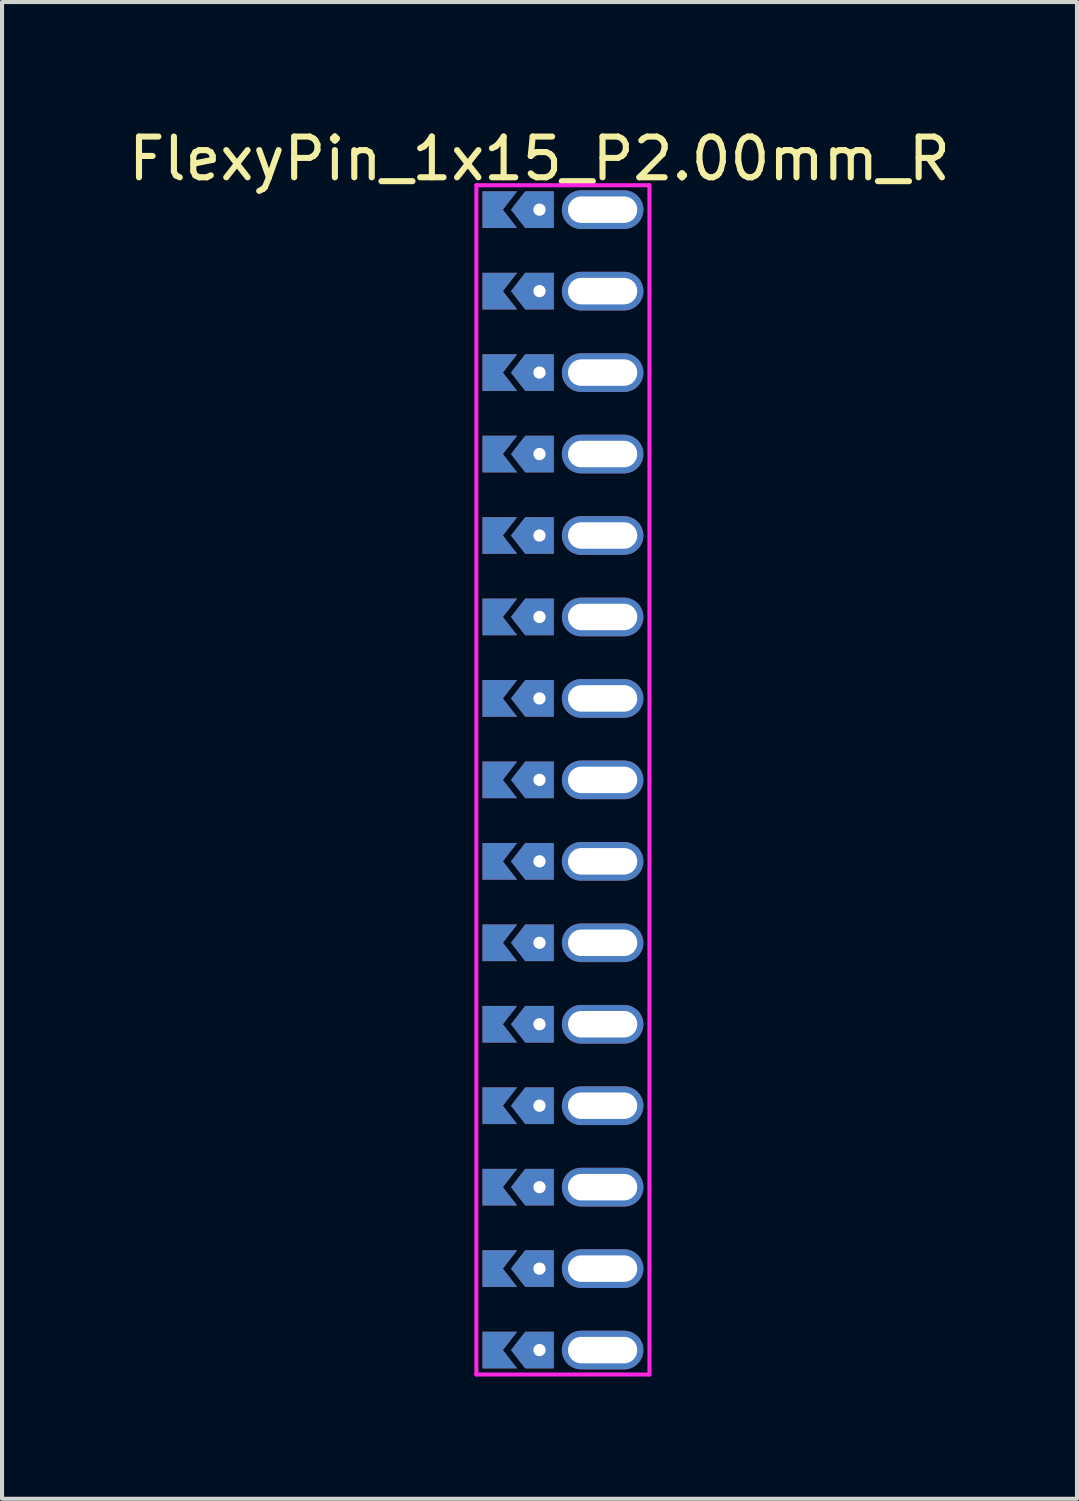
<source format=kicad_pcb>
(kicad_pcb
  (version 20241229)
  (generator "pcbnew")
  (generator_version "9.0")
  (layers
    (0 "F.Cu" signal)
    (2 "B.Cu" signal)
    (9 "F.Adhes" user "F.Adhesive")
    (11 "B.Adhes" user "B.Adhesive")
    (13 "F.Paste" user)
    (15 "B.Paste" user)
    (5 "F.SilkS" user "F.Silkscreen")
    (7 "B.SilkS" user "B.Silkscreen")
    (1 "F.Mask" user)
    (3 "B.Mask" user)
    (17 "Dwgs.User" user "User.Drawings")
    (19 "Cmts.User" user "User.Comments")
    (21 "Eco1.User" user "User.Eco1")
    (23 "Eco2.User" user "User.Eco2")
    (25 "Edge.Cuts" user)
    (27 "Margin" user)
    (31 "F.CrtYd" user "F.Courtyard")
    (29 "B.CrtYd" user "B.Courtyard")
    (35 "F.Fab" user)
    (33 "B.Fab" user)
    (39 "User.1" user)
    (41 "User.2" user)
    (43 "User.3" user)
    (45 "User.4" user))
  (footprint "FlexyPin_1x15_P2.00mm_R"
    (layer "F.Cu")
    (at 10.196 2.098)
    (property "Reference" "FlexyPin_1x15_P2.00mm_R" (at 0 -1.25 0) (layer "F.SilkS") (effects (font (size 1 1) (thickness 0.15))))
    (attr through_hole)
    (fp_line (start -1.55 -0.6) (end 2.7 -0.6) (stroke (width 0.1) (type solid)) (layer "F.CrtYd"))
    (fp_line (start -1.55 28.6) (end -1.55 -0.6) (stroke (width 0.1) (type solid)) (layer "F.CrtYd"))
    (fp_line (start 2.7 -0.6) (end 2.7 28.6) (stroke (width 0.1) (type solid)) (layer "F.CrtYd"))
    (fp_line (start 2.7 28.6) (end -1.55 28.6) (stroke (width 0.1) (type solid)) (layer "F.CrtYd"))
    (pad "" thru_hole custom (at 0 0) (size 0.3 0.3) (drill 0.6) (layers "*.Cu" "*.Mask") (options (anchor rect)) (primitives (gr_poly (pts (xy 0.35 0.45) (xy 0.35 -0.45) (xy -0.35 -0.45) (xy -0.7 0) (xy -0.35 0.45)) (width 0) (fill yes))))
    (pad "" thru_hole custom (at 0 2) (size 0.3 0.3) (drill 0.6) (layers "*.Cu" "*.Mask") (options (anchor rect)) (primitives (gr_poly (pts (xy 0.35 0.45) (xy 0.35 -0.45) (xy -0.35 -0.45) (xy -0.7 0) (xy -0.35 0.45)) (width 0) (fill yes))))
    (pad "" thru_hole custom (at 0 4) (size 0.3 0.3) (drill 0.6) (layers "*.Cu" "*.Mask") (options (anchor rect)) (primitives (gr_poly (pts (xy 0.35 0.45) (xy 0.35 -0.45) (xy -0.35 -0.45) (xy -0.7 0) (xy -0.35 0.45)) (width 0) (fill yes))))
    (pad "" thru_hole custom (at 0 6) (size 0.3 0.3) (drill 0.6) (layers "*.Cu" "*.Mask") (options (anchor rect)) (primitives (gr_poly (pts (xy 0.35 0.45) (xy 0.35 -0.45) (xy -0.35 -0.45) (xy -0.7 0) (xy -0.35 0.45)) (width 0) (fill yes))))
    (pad "" thru_hole custom (at 0 8) (size 0.3 0.3) (drill 0.6) (layers "*.Cu" "*.Mask") (options (anchor rect)) (primitives (gr_poly (pts (xy 0.35 0.45) (xy 0.35 -0.45) (xy -0.35 -0.45) (xy -0.7 0) (xy -0.35 0.45)) (width 0) (fill yes))))
    (pad "" thru_hole custom (at 0 10) (size 0.3 0.3) (drill 0.6) (layers "*.Cu" "*.Mask") (options (anchor rect)) (primitives (gr_poly (pts (xy 0.35 0.45) (xy 0.35 -0.45) (xy -0.35 -0.45) (xy -0.7 0) (xy -0.35 0.45)) (width 0) (fill yes))))
    (pad "" thru_hole custom (at 0 12) (size 0.3 0.3) (drill 0.6) (layers "*.Cu" "*.Mask") (options (anchor rect)) (primitives (gr_poly (pts (xy 0.35 0.45) (xy 0.35 -0.45) (xy -0.35 -0.45) (xy -0.7 0) (xy -0.35 0.45)) (width 0) (fill yes))))
    (pad "" thru_hole custom (at 0 14) (size 0.3 0.3) (drill 0.6) (layers "*.Cu" "*.Mask") (options (anchor rect)) (primitives (gr_poly (pts (xy 0.35 0.45) (xy 0.35 -0.45) (xy -0.35 -0.45) (xy -0.7 0) (xy -0.35 0.45)) (width 0) (fill yes))))
    (pad "" thru_hole custom (at 0 16) (size 0.3 0.3) (drill 0.6) (layers "*.Cu" "*.Mask") (options (anchor rect)) (primitives (gr_poly (pts (xy 0.35 0.45) (xy 0.35 -0.45) (xy -0.35 -0.45) (xy -0.7 0) (xy -0.35 0.45)) (width 0) (fill yes))))
    (pad "" thru_hole custom (at 0 18) (size 0.3 0.3) (drill 0.6) (layers "*.Cu" "*.Mask") (options (anchor rect)) (primitives (gr_poly (pts (xy 0.35 0.45) (xy 0.35 -0.45) (xy -0.35 -0.45) (xy -0.7 0) (xy -0.35 0.45)) (width 0) (fill yes))))
    (pad "" thru_hole custom (at 0 20) (size 0.3 0.3) (drill 0.6) (layers "*.Cu" "*.Mask") (options (anchor rect)) (primitives (gr_poly (pts (xy 0.35 0.45) (xy 0.35 -0.45) (xy -0.35 -0.45) (xy -0.7 0) (xy -0.35 0.45)) (width 0) (fill yes))))
    (pad "" thru_hole custom (at 0 22) (size 0.3 0.3) (drill 0.6) (layers "*.Cu" "*.Mask") (options (anchor rect)) (primitives (gr_poly (pts (xy 0.35 0.45) (xy 0.35 -0.45) (xy -0.35 -0.45) (xy -0.7 0) (xy -0.35 0.45)) (width 0) (fill yes))))
    (pad "" thru_hole custom (at 0 24) (size 0.3 0.3) (drill 0.6) (layers "*.Cu" "*.Mask") (options (anchor rect)) (primitives (gr_poly (pts (xy 0.35 0.45) (xy 0.35 -0.45) (xy -0.35 -0.45) (xy -0.7 0) (xy -0.35 0.45)) (width 0) (fill yes))))
    (pad "" thru_hole custom (at 0 26) (size 0.3 0.3) (drill 0.6) (layers "*.Cu" "*.Mask") (options (anchor rect)) (primitives (gr_poly (pts (xy 0.35 0.45) (xy 0.35 -0.45) (xy -0.35 -0.45) (xy -0.7 0) (xy -0.35 0.45)) (width 0) (fill yes))))
    (pad "" thru_hole custom (at 0 28) (size 0.3 0.3) (drill 0.6) (layers "*.Cu" "*.Mask") (options (anchor rect)) (primitives (gr_poly (pts (xy 0.35 0.45) (xy 0.35 -0.45) (xy -0.35 -0.45) (xy -0.7 0) (xy -0.35 0.45)) (width 0) (fill yes))))
    (pad "" thru_hole oval (at 1.55 0) (size 2 0.95) (drill oval 1.7 0.65) (layers "*.Cu" "*.Mask"))
    (pad "" thru_hole oval (at 1.55 2) (size 2 0.95) (drill oval 1.7 0.65) (layers "*.Cu" "*.Mask"))
    (pad "" thru_hole oval (at 1.55 4) (size 2 0.95) (drill oval 1.7 0.65) (layers "*.Cu" "*.Mask"))
    (pad "" thru_hole oval (at 1.55 6) (size 2 0.95) (drill oval 1.7 0.65) (layers "*.Cu" "*.Mask"))
    (pad "" thru_hole oval (at 1.55 8) (size 2 0.95) (drill oval 1.7 0.65) (layers "*.Cu" "*.Mask"))
    (pad "" thru_hole oval (at 1.55 10) (size 2 0.95) (drill oval 1.7 0.65) (layers "*.Cu" "*.Mask"))
    (pad "" thru_hole oval (at 1.55 12) (size 2 0.95) (drill oval 1.7 0.65) (layers "*.Cu" "*.Mask"))
    (pad "" thru_hole oval (at 1.55 14) (size 2 0.95) (drill oval 1.7 0.65) (layers "*.Cu" "*.Mask"))
    (pad "" thru_hole oval (at 1.55 16) (size 2 0.95) (drill oval 1.7 0.65) (layers "*.Cu" "*.Mask"))
    (pad "" thru_hole oval (at 1.55 18) (size 2 0.95) (drill oval 1.7 0.65) (layers "*.Cu" "*.Mask"))
    (pad "" thru_hole oval (at 1.55 20) (size 2 0.95) (drill oval 1.7 0.65) (layers "*.Cu" "*.Mask"))
    (pad "" thru_hole oval (at 1.55 22) (size 2 0.95) (drill oval 1.7 0.65) (layers "*.Cu" "*.Mask"))
    (pad "" thru_hole oval (at 1.55 24) (size 2 0.95) (drill oval 1.7 0.65) (layers "*.Cu" "*.Mask"))
    (pad "" thru_hole oval (at 1.55 26) (size 2 0.95) (drill oval 1.7 0.65) (layers "*.Cu" "*.Mask"))
    (pad "" thru_hole oval (at 1.55 28) (size 2 0.95) (drill oval 1.7 0.65) (layers "*.Cu" "*.Mask"))
    (pad "1" smd custom (at -0.9 0) (size 0.01 0.01) (layers "F.Cu" "F.Mask") (options (anchor rect)) (primitives (gr_poly (pts (xy 0 0) (xy 0.35 0.45) (xy -0.5 0.45) (xy -0.5 -0.45) (xy 0.35 -0.45)) (width 0) (fill yes))))
    (pad "1" smd custom (at -0.9 2) (size 0.01 0.01) (layers "F.Cu" "F.Mask") (options (anchor rect)) (primitives (gr_poly (pts (xy 0 0) (xy 0.35 0.45) (xy -0.5 0.45) (xy -0.5 -0.45) (xy 0.35 -0.45)) (width 0) (fill yes))))
    (pad "1" smd custom (at -0.9 4) (size 0.01 0.01) (layers "F.Cu" "F.Mask") (options (anchor rect)) (primitives (gr_poly (pts (xy 0 0) (xy 0.35 0.45) (xy -0.5 0.45) (xy -0.5 -0.45) (xy 0.35 -0.45)) (width 0) (fill yes))))
    (pad "1" smd custom (at -0.9 6) (size 0.01 0.01) (layers "F.Cu" "F.Mask") (options (anchor rect)) (primitives (gr_poly (pts (xy 0 0) (xy 0.35 0.45) (xy -0.5 0.45) (xy -0.5 -0.45) (xy 0.35 -0.45)) (width 0) (fill yes))))
    (pad "1" smd custom (at -0.9 8) (size 0.01 0.01) (layers "F.Cu" "F.Mask") (options (anchor rect)) (primitives (gr_poly (pts (xy 0 0) (xy 0.35 0.45) (xy -0.5 0.45) (xy -0.5 -0.45) (xy 0.35 -0.45)) (width 0) (fill yes))))
    (pad "1" smd custom (at -0.9 10) (size 0.01 0.01) (layers "F.Cu" "F.Mask") (options (anchor rect)) (primitives (gr_poly (pts (xy 0 0) (xy 0.35 0.45) (xy -0.5 0.45) (xy -0.5 -0.45) (xy 0.35 -0.45)) (width 0) (fill yes))))
    (pad "1" smd custom (at -0.9 12) (size 0.01 0.01) (layers "F.Cu" "F.Mask") (options (anchor rect)) (primitives (gr_poly (pts (xy 0 0) (xy 0.35 0.45) (xy -0.5 0.45) (xy -0.5 -0.45) (xy 0.35 -0.45)) (width 0) (fill yes))))
    (pad "1" smd custom (at -0.9 14) (size 0.01 0.01) (layers "F.Cu" "F.Mask") (options (anchor rect)) (primitives (gr_poly (pts (xy 0 0) (xy 0.35 0.45) (xy -0.5 0.45) (xy -0.5 -0.45) (xy 0.35 -0.45)) (width 0) (fill yes))))
    (pad "1" smd custom (at -0.9 16) (size 0.01 0.01) (layers "F.Cu" "F.Mask") (options (anchor rect)) (primitives (gr_poly (pts (xy 0 0) (xy 0.35 0.45) (xy -0.5 0.45) (xy -0.5 -0.45) (xy 0.35 -0.45)) (width 0) (fill yes))))
    (pad "1" smd custom (at -0.9 18) (size 0.01 0.01) (layers "F.Cu" "F.Mask") (options (anchor rect)) (primitives (gr_poly (pts (xy 0 0) (xy 0.35 0.45) (xy -0.5 0.45) (xy -0.5 -0.45) (xy 0.35 -0.45)) (width 0) (fill yes))))
    (pad "1" smd custom (at -0.9 20) (size 0.01 0.01) (layers "F.Cu" "F.Mask") (options (anchor rect)) (primitives (gr_poly (pts (xy 0 0) (xy 0.35 0.45) (xy -0.5 0.45) (xy -0.5 -0.45) (xy 0.35 -0.45)) (width 0) (fill yes))))
    (pad "1" smd custom (at -0.9 22) (size 0.01 0.01) (layers "F.Cu" "F.Mask") (options (anchor rect)) (primitives (gr_poly (pts (xy 0 0) (xy 0.35 0.45) (xy -0.5 0.45) (xy -0.5 -0.45) (xy 0.35 -0.45)) (width 0) (fill yes))))
    (pad "1" smd custom (at -0.9 24) (size 0.01 0.01) (layers "F.Cu" "F.Mask") (options (anchor rect)) (primitives (gr_poly (pts (xy 0 0) (xy 0.35 0.45) (xy -0.5 0.45) (xy -0.5 -0.45) (xy 0.35 -0.45)) (width 0) (fill yes))))
    (pad "1" smd custom (at -0.9 26) (size 0.01 0.01) (layers "F.Cu" "F.Mask") (options (anchor rect)) (primitives (gr_poly (pts (xy 0 0) (xy 0.35 0.45) (xy -0.5 0.45) (xy -0.5 -0.45) (xy 0.35 -0.45)) (width 0) (fill yes))))
    (pad "1" smd custom (at -0.9 28) (size 0.01 0.01) (layers "F.Cu" "F.Mask") (options (anchor rect)) (primitives (gr_poly (pts (xy 0 0) (xy 0.35 0.45) (xy -0.5 0.45) (xy -0.5 -0.45) (xy 0.35 -0.45)) (width 0) (fill yes))))
    (pad "2" smd custom (at -0.9 0) (size 0.01 0.01) (layers "B.Cu" "B.Mask") (options (anchor rect)) (primitives (gr_poly (pts (xy 0 0) (xy 0.35 0.45) (xy -0.5 0.45) (xy -0.5 -0.45) (xy 0.35 -0.45)) (width 0) (fill yes))))
    (pad "2" smd custom (at -0.9 2) (size 0.01 0.01) (layers "B.Cu" "B.Mask") (options (anchor rect)) (primitives (gr_poly (pts (xy 0 0) (xy 0.35 0.45) (xy -0.5 0.45) (xy -0.5 -0.45) (xy 0.35 -0.45)) (width 0) (fill yes))))
    (pad "2" smd custom (at -0.9 4) (size 0.01 0.01) (layers "B.Cu" "B.Mask") (options (anchor rect)) (primitives (gr_poly (pts (xy 0 0) (xy 0.35 0.45) (xy -0.5 0.45) (xy -0.5 -0.45) (xy 0.35 -0.45)) (width 0) (fill yes))))
    (pad "2" smd custom (at -0.9 6) (size 0.01 0.01) (layers "B.Cu" "B.Mask") (options (anchor rect)) (primitives (gr_poly (pts (xy 0 0) (xy 0.35 0.45) (xy -0.5 0.45) (xy -0.5 -0.45) (xy 0.35 -0.45)) (width 0) (fill yes))))
    (pad "2" smd custom (at -0.9 8) (size 0.01 0.01) (layers "B.Cu" "B.Mask") (options (anchor rect)) (primitives (gr_poly (pts (xy 0 0) (xy 0.35 0.45) (xy -0.5 0.45) (xy -0.5 -0.45) (xy 0.35 -0.45)) (width 0) (fill yes))))
    (pad "2" smd custom (at -0.9 10) (size 0.01 0.01) (layers "B.Cu" "B.Mask") (options (anchor rect)) (primitives (gr_poly (pts (xy 0 0) (xy 0.35 0.45) (xy -0.5 0.45) (xy -0.5 -0.45) (xy 0.35 -0.45)) (width 0) (fill yes))))
    (pad "2" smd custom (at -0.9 12) (size 0.01 0.01) (layers "B.Cu" "B.Mask") (options (anchor rect)) (primitives (gr_poly (pts (xy 0 0) (xy 0.35 0.45) (xy -0.5 0.45) (xy -0.5 -0.45) (xy 0.35 -0.45)) (width 0) (fill yes))))
    (pad "2" smd custom (at -0.9 14) (size 0.01 0.01) (layers "B.Cu" "B.Mask") (options (anchor rect)) (primitives (gr_poly (pts (xy 0 0) (xy 0.35 0.45) (xy -0.5 0.45) (xy -0.5 -0.45) (xy 0.35 -0.45)) (width 0) (fill yes))))
    (pad "2" smd custom (at -0.9 16) (size 0.01 0.01) (layers "B.Cu" "B.Mask") (options (anchor rect)) (primitives (gr_poly (pts (xy 0 0) (xy 0.35 0.45) (xy -0.5 0.45) (xy -0.5 -0.45) (xy 0.35 -0.45)) (width 0) (fill yes))))
    (pad "2" smd custom (at -0.9 18) (size 0.01 0.01) (layers "B.Cu" "B.Mask") (options (anchor rect)) (primitives (gr_poly (pts (xy 0 0) (xy 0.35 0.45) (xy -0.5 0.45) (xy -0.5 -0.45) (xy 0.35 -0.45)) (width 0) (fill yes))))
    (pad "2" smd custom (at -0.9 20) (size 0.01 0.01) (layers "B.Cu" "B.Mask") (options (anchor rect)) (primitives (gr_poly (pts (xy 0 0) (xy 0.35 0.45) (xy -0.5 0.45) (xy -0.5 -0.45) (xy 0.35 -0.45)) (width 0) (fill yes))))
    (pad "2" smd custom (at -0.9 22) (size 0.01 0.01) (layers "B.Cu" "B.Mask") (options (anchor rect)) (primitives (gr_poly (pts (xy 0 0) (xy 0.35 0.45) (xy -0.5 0.45) (xy -0.5 -0.45) (xy 0.35 -0.45)) (width 0) (fill yes))))
    (pad "2" smd custom (at -0.9 24) (size 0.01 0.01) (layers "B.Cu" "B.Mask") (options (anchor rect)) (primitives (gr_poly (pts (xy 0 0) (xy 0.35 0.45) (xy -0.5 0.45) (xy -0.5 -0.45) (xy 0.35 -0.45)) (width 0) (fill yes))))
    (pad "2" smd custom (at -0.9 26) (size 0.01 0.01) (layers "B.Cu" "B.Mask") (options (anchor rect)) (primitives (gr_poly (pts (xy 0 0) (xy 0.35 0.45) (xy -0.5 0.45) (xy -0.5 -0.45) (xy 0.35 -0.45)) (width 0) (fill yes))))
    (pad "2" smd custom (at -0.9 28) (size 0.01 0.01) (layers "B.Cu" "B.Mask") (options (anchor rect)) (primitives (gr_poly (pts (xy 0 0) (xy 0.35 0.45) (xy -0.5 0.45) (xy -0.5 -0.45) (xy 0.35 -0.45)) (width 0) (fill yes)))))
  (gr_rect
    (start -3 -3)
    (end 23.393 33.748)
    (stroke (width 0.1) (type default))
    (fill no)
    (layer "Edge.Cuts")))
</source>
